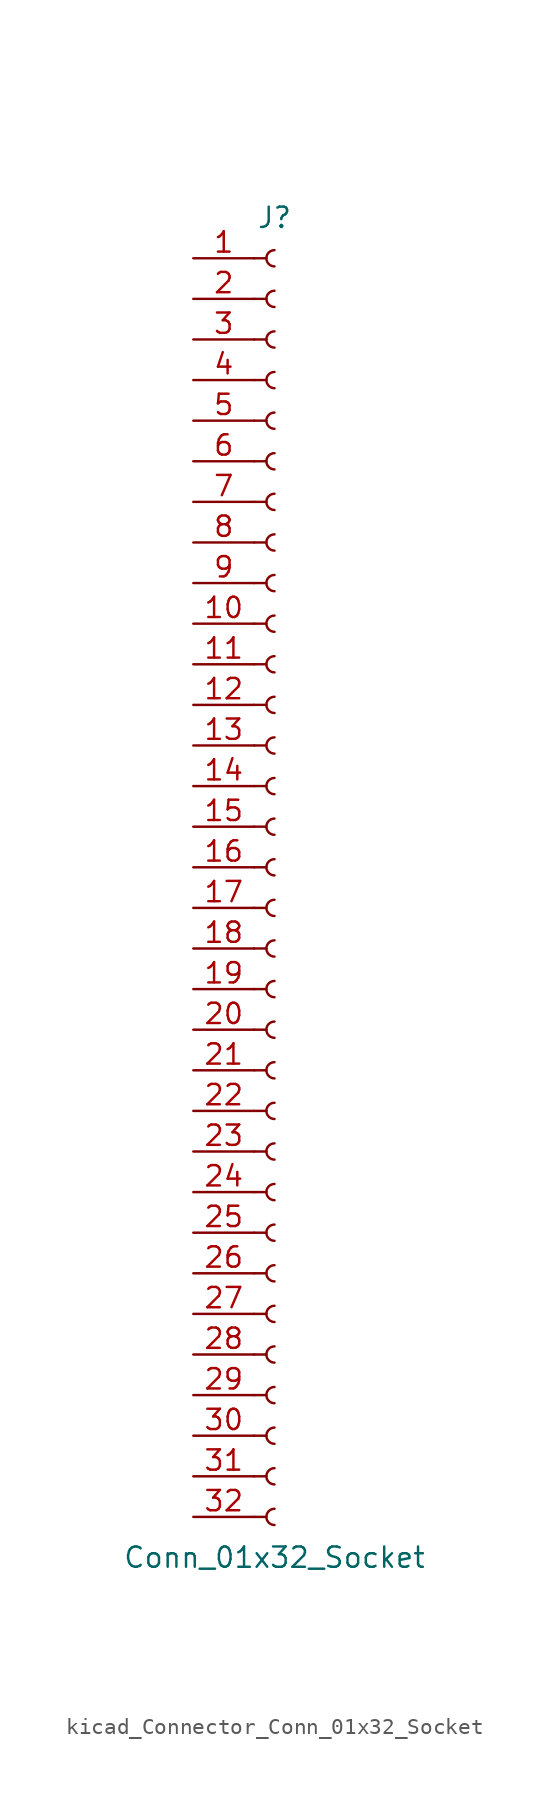
<source format=kicad_sym>
(kicad_symbol_lib
  (version 20220914)
  (generator kicad_symbol_editor)
  (symbol "kicad_Connector_Conn_01x32_Socket"
    (pin_names
      (offset 1.016) hide)
    (property "Reference" "J"
      (at 0 40.64 0)
      (effects (font (size 1.27 1.27))))
    (property "Value" "Conn_01x32_Socket"
      (at 0 -43.18 0)
      (effects (font (size 1.27 1.27))))
    (property "ki_locked" ""
      (at 0 0 0)
      (effects (font (size 1.27 1.27))))
    (symbol "kicad_Connector_Conn_01x32_Socket_1_1"
      (arc (start 0 -40.132) (mid -0.5058 -40.64) (end 0 -41.148) (stroke (width 0.1524) (type default)) (fill (type none)))
      (arc (start 0 -37.592) (mid -0.5058 -38.1) (end 0 -38.608) (stroke (width 0.1524) (type default)) (fill (type none)))
      (arc (start 0 -35.052) (mid -0.5058 -35.56) (end 0 -36.068) (stroke (width 0.1524) (type default)) (fill (type none)))
      (arc (start 0 -32.512) (mid -0.5058 -33.02) (end 0 -33.528) (stroke (width 0.1524) (type default)) (fill (type none)))
      (arc (start 0 -29.972) (mid -0.5058 -30.48) (end 0 -30.988) (stroke (width 0.1524) (type default)) (fill (type none)))
      (arc (start 0 -27.432) (mid -0.5058 -27.94) (end 0 -28.448) (stroke (width 0.1524) (type default)) (fill (type none)))
      (arc (start 0 -24.892) (mid -0.5058 -25.4) (end 0 -25.908) (stroke (width 0.1524) (type default)) (fill (type none)))
      (arc (start 0 -22.352) (mid -0.5058 -22.86) (end 0 -23.368) (stroke (width 0.1524) (type default)) (fill (type none)))
      (arc (start 0 -19.812) (mid -0.5058 -20.32) (end 0 -20.828) (stroke (width 0.1524) (type default)) (fill (type none)))
      (arc (start 0 -17.272) (mid -0.5058 -17.78) (end 0 -18.288) (stroke (width 0.1524) (type default)) (fill (type none)))
      (arc (start 0 -14.732) (mid -0.5058 -15.24) (end 0 -15.748) (stroke (width 0.1524) (type default)) (fill (type none)))
      (arc (start 0 -12.192) (mid -0.5058 -12.7) (end 0 -13.208) (stroke (width 0.1524) (type default)) (fill (type none)))
      (arc (start 0 -9.652) (mid -0.5058 -10.16) (end 0 -10.668) (stroke (width 0.1524) (type default)) (fill (type none)))
      (arc (start 0 -7.112) (mid -0.5058 -7.62) (end 0 -8.128) (stroke (width 0.1524) (type default)) (fill (type none)))
      (arc (start 0 -4.572) (mid -0.5058 -5.08) (end 0 -5.588) (stroke (width 0.1524) (type default)) (fill (type none)))
      (arc (start 0 -2.032) (mid -0.5058 -2.54) (end 0 -3.048) (stroke (width 0.1524) (type default)) (fill (type none)))
      (polyline (pts (xy -1.27 -40.64) (xy -0.508 -40.64)) (stroke (width 0.152) (type default)) (fill (type none)))
      (polyline (pts (xy -1.27 -38.1) (xy -0.508 -38.1)) (stroke (width 0.152) (type default)) (fill (type none)))
      (polyline (pts (xy -1.27 -35.56) (xy -0.508 -35.56)) (stroke (width 0.152) (type default)) (fill (type none)))
      (polyline (pts (xy -1.27 -33.02) (xy -0.508 -33.02)) (stroke (width 0.152) (type default)) (fill (type none)))
      (polyline (pts (xy -1.27 -30.48) (xy -0.508 -30.48)) (stroke (width 0.152) (type default)) (fill (type none)))
      (polyline (pts (xy -1.27 -27.94) (xy -0.508 -27.94)) (stroke (width 0.152) (type default)) (fill (type none)))
      (polyline (pts (xy -1.27 -25.4) (xy -0.508 -25.4)) (stroke (width 0.152) (type default)) (fill (type none)))
      (polyline (pts (xy -1.27 -22.86) (xy -0.508 -22.86)) (stroke (width 0.152) (type default)) (fill (type none)))
      (polyline (pts (xy -1.27 -20.32) (xy -0.508 -20.32)) (stroke (width 0.152) (type default)) (fill (type none)))
      (polyline (pts (xy -1.27 -17.78) (xy -0.508 -17.78)) (stroke (width 0.152) (type default)) (fill (type none)))
      (polyline (pts (xy -1.27 -15.24) (xy -0.508 -15.24)) (stroke (width 0.152) (type default)) (fill (type none)))
      (polyline (pts (xy -1.27 -12.7) (xy -0.508 -12.7)) (stroke (width 0.152) (type default)) (fill (type none)))
      (polyline (pts (xy -1.27 -10.16) (xy -0.508 -10.16)) (stroke (width 0.152) (type default)) (fill (type none)))
      (polyline (pts (xy -1.27 -7.62) (xy -0.508 -7.62)) (stroke (width 0.152) (type default)) (fill (type none)))
      (polyline (pts (xy -1.27 -5.08) (xy -0.508 -5.08)) (stroke (width 0.152) (type default)) (fill (type none)))
      (polyline (pts (xy -1.27 -2.54) (xy -0.508 -2.54)) (stroke (width 0.152) (type default)) (fill (type none)))
      (polyline (pts (xy -1.27 0) (xy -0.508 0)) (stroke (width 0.152) (type default)) (fill (type none)))
      (polyline (pts (xy -1.27 2.54) (xy -0.508 2.54)) (stroke (width 0.152) (type default)) (fill (type none)))
      (polyline (pts (xy -1.27 5.08) (xy -0.508 5.08)) (stroke (width 0.152) (type default)) (fill (type none)))
      (polyline (pts (xy -1.27 7.62) (xy -0.508 7.62)) (stroke (width 0.152) (type default)) (fill (type none)))
      (polyline (pts (xy -1.27 10.16) (xy -0.508 10.16)) (stroke (width 0.152) (type default)) (fill (type none)))
      (polyline (pts (xy -1.27 12.7) (xy -0.508 12.7)) (stroke (width 0.152) (type default)) (fill (type none)))
      (polyline (pts (xy -1.27 15.24) (xy -0.508 15.24)) (stroke (width 0.152) (type default)) (fill (type none)))
      (polyline (pts (xy -1.27 17.78) (xy -0.508 17.78)) (stroke (width 0.152) (type default)) (fill (type none)))
      (polyline (pts (xy -1.27 20.32) (xy -0.508 20.32)) (stroke (width 0.152) (type default)) (fill (type none)))
      (polyline (pts (xy -1.27 22.86) (xy -0.508 22.86)) (stroke (width 0.152) (type default)) (fill (type none)))
      (polyline (pts (xy -1.27 25.4) (xy -0.508 25.4)) (stroke (width 0.152) (type default)) (fill (type none)))
      (polyline (pts (xy -1.27 27.94) (xy -0.508 27.94)) (stroke (width 0.152) (type default)) (fill (type none)))
      (polyline (pts (xy -1.27 30.48) (xy -0.508 30.48)) (stroke (width 0.152) (type default)) (fill (type none)))
      (polyline (pts (xy -1.27 33.02) (xy -0.508 33.02)) (stroke (width 0.152) (type default)) (fill (type none)))
      (polyline (pts (xy -1.27 35.56) (xy -0.508 35.56)) (stroke (width 0.152) (type default)) (fill (type none)))
      (polyline (pts (xy -1.27 38.1) (xy -0.508 38.1)) (stroke (width 0.152) (type default)) (fill (type none)))
      (arc (start 0 0.508) (mid -0.5058 0) (end 0 -0.508) (stroke (width 0.1524) (type default)) (fill (type none)))
      (arc (start 0 3.048) (mid -0.5058 2.54) (end 0 2.032) (stroke (width 0.1524) (type default)) (fill (type none)))
      (arc (start 0 5.588) (mid -0.5058 5.08) (end 0 4.572) (stroke (width 0.1524) (type default)) (fill (type none)))
      (arc (start 0 8.128) (mid -0.5058 7.62) (end 0 7.112) (stroke (width 0.1524) (type default)) (fill (type none)))
      (arc (start 0 10.668) (mid -0.5058 10.16) (end 0 9.652) (stroke (width 0.1524) (type default)) (fill (type none)))
      (arc (start 0 13.208) (mid -0.5058 12.7) (end 0 12.192) (stroke (width 0.1524) (type default)) (fill (type none)))
      (arc (start 0 15.748) (mid -0.5058 15.24) (end 0 14.732) (stroke (width 0.1524) (type default)) (fill (type none)))
      (arc (start 0 18.288) (mid -0.5058 17.78) (end 0 17.272) (stroke (width 0.1524) (type default)) (fill (type none)))
      (arc (start 0 20.828) (mid -0.5058 20.32) (end 0 19.812) (stroke (width 0.1524) (type default)) (fill (type none)))
      (arc (start 0 23.368) (mid -0.5058 22.86) (end 0 22.352) (stroke (width 0.1524) (type default)) (fill (type none)))
      (arc (start 0 25.908) (mid -0.5058 25.4) (end 0 24.892) (stroke (width 0.1524) (type default)) (fill (type none)))
      (arc (start 0 28.448) (mid -0.5058 27.94) (end 0 27.432) (stroke (width 0.1524) (type default)) (fill (type none)))
      (arc (start 0 30.988) (mid -0.5058 30.48) (end 0 29.972) (stroke (width 0.1524) (type default)) (fill (type none)))
      (arc (start 0 33.528) (mid -0.5058 33.02) (end 0 32.512) (stroke (width 0.1524) (type default)) (fill (type none)))
      (arc (start 0 36.068) (mid -0.5058 35.56) (end 0 35.052) (stroke (width 0.1524) (type default)) (fill (type none)))
      (arc (start 0 38.608) (mid -0.5058 38.1) (end 0 37.592) (stroke (width 0.1524) (type default)) (fill (type none)))
      (pin passive line (at -5.08 38.1 0) (length 3.81) (name "Pin_1" (effects (font (size 1.27 1.27)))) (number "1" (effects (font (size 1.27 1.27)))))
      (pin passive line (at -5.08 15.24 0) (length 3.81) (name "Pin_10" (effects (font (size 1.27 1.27)))) (number "10" (effects (font (size 1.27 1.27)))))
      (pin passive line (at -5.08 12.7 0) (length 3.81) (name "Pin_11" (effects (font (size 1.27 1.27)))) (number "11" (effects (font (size 1.27 1.27)))))
      (pin passive line (at -5.08 10.16 0) (length 3.81) (name "Pin_12" (effects (font (size 1.27 1.27)))) (number "12" (effects (font (size 1.27 1.27)))))
      (pin passive line (at -5.08 7.62 0) (length 3.81) (name "Pin_13" (effects (font (size 1.27 1.27)))) (number "13" (effects (font (size 1.27 1.27)))))
      (pin passive line (at -5.08 5.08 0) (length 3.81) (name "Pin_14" (effects (font (size 1.27 1.27)))) (number "14" (effects (font (size 1.27 1.27)))))
      (pin passive line (at -5.08 2.54 0) (length 3.81) (name "Pin_15" (effects (font (size 1.27 1.27)))) (number "15" (effects (font (size 1.27 1.27)))))
      (pin passive line (at -5.08 0 0) (length 3.81) (name "Pin_16" (effects (font (size 1.27 1.27)))) (number "16" (effects (font (size 1.27 1.27)))))
      (pin passive line (at -5.08 -2.54 0) (length 3.81) (name "Pin_17" (effects (font (size 1.27 1.27)))) (number "17" (effects (font (size 1.27 1.27)))))
      (pin passive line (at -5.08 -5.08 0) (length 3.81) (name "Pin_18" (effects (font (size 1.27 1.27)))) (number "18" (effects (font (size 1.27 1.27)))))
      (pin passive line (at -5.08 -7.62 0) (length 3.81) (name "Pin_19" (effects (font (size 1.27 1.27)))) (number "19" (effects (font (size 1.27 1.27)))))
      (pin passive line (at -5.08 35.56 0) (length 3.81) (name "Pin_2" (effects (font (size 1.27 1.27)))) (number "2" (effects (font (size 1.27 1.27)))))
      (pin passive line (at -5.08 -10.16 0) (length 3.81) (name "Pin_20" (effects (font (size 1.27 1.27)))) (number "20" (effects (font (size 1.27 1.27)))))
      (pin passive line (at -5.08 -12.7 0) (length 3.81) (name "Pin_21" (effects (font (size 1.27 1.27)))) (number "21" (effects (font (size 1.27 1.27)))))
      (pin passive line (at -5.08 -15.24 0) (length 3.81) (name "Pin_22" (effects (font (size 1.27 1.27)))) (number "22" (effects (font (size 1.27 1.27)))))
      (pin passive line (at -5.08 -17.78 0) (length 3.81) (name "Pin_23" (effects (font (size 1.27 1.27)))) (number "23" (effects (font (size 1.27 1.27)))))
      (pin passive line (at -5.08 -20.32 0) (length 3.81) (name "Pin_24" (effects (font (size 1.27 1.27)))) (number "24" (effects (font (size 1.27 1.27)))))
      (pin passive line (at -5.08 -22.86 0) (length 3.81) (name "Pin_25" (effects (font (size 1.27 1.27)))) (number "25" (effects (font (size 1.27 1.27)))))
      (pin passive line (at -5.08 -25.4 0) (length 3.81) (name "Pin_26" (effects (font (size 1.27 1.27)))) (number "26" (effects (font (size 1.27 1.27)))))
      (pin passive line (at -5.08 -27.94 0) (length 3.81) (name "Pin_27" (effects (font (size 1.27 1.27)))) (number "27" (effects (font (size 1.27 1.27)))))
      (pin passive line (at -5.08 -30.48 0) (length 3.81) (name "Pin_28" (effects (font (size 1.27 1.27)))) (number "28" (effects (font (size 1.27 1.27)))))
      (pin passive line (at -5.08 -33.02 0) (length 3.81) (name "Pin_29" (effects (font (size 1.27 1.27)))) (number "29" (effects (font (size 1.27 1.27)))))
      (pin passive line (at -5.08 33.02 0) (length 3.81) (name "Pin_3" (effects (font (size 1.27 1.27)))) (number "3" (effects (font (size 1.27 1.27)))))
      (pin passive line (at -5.08 -35.56 0) (length 3.81) (name "Pin_30" (effects (font (size 1.27 1.27)))) (number "30" (effects (font (size 1.27 1.27)))))
      (pin passive line (at -5.08 -38.1 0) (length 3.81) (name "Pin_31" (effects (font (size 1.27 1.27)))) (number "31" (effects (font (size 1.27 1.27)))))
      (pin passive line (at -5.08 -40.64 0) (length 3.81) (name "Pin_32" (effects (font (size 1.27 1.27)))) (number "32" (effects (font (size 1.27 1.27)))))
      (pin passive line (at -5.08 30.48 0) (length 3.81) (name "Pin_4" (effects (font (size 1.27 1.27)))) (number "4" (effects (font (size 1.27 1.27)))))
      (pin passive line (at -5.08 27.94 0) (length 3.81) (name "Pin_5" (effects (font (size 1.27 1.27)))) (number "5" (effects (font (size 1.27 1.27)))))
      (pin passive line (at -5.08 25.4 0) (length 3.81) (name "Pin_6" (effects (font (size 1.27 1.27)))) (number "6" (effects (font (size 1.27 1.27)))))
      (pin passive line (at -5.08 22.86 0) (length 3.81) (name "Pin_7" (effects (font (size 1.27 1.27)))) (number "7" (effects (font (size 1.27 1.27)))))
      (pin passive line (at -5.08 20.32 0) (length 3.81) (name "Pin_8" (effects (font (size 1.27 1.27)))) (number "8" (effects (font (size 1.27 1.27)))))
      (pin passive line (at -5.08 17.78 0) (length 3.81) (name "Pin_9" (effects (font (size 1.27 1.27)))) (number "9" (effects (font (size 1.27 1.27))))))))
</source>
